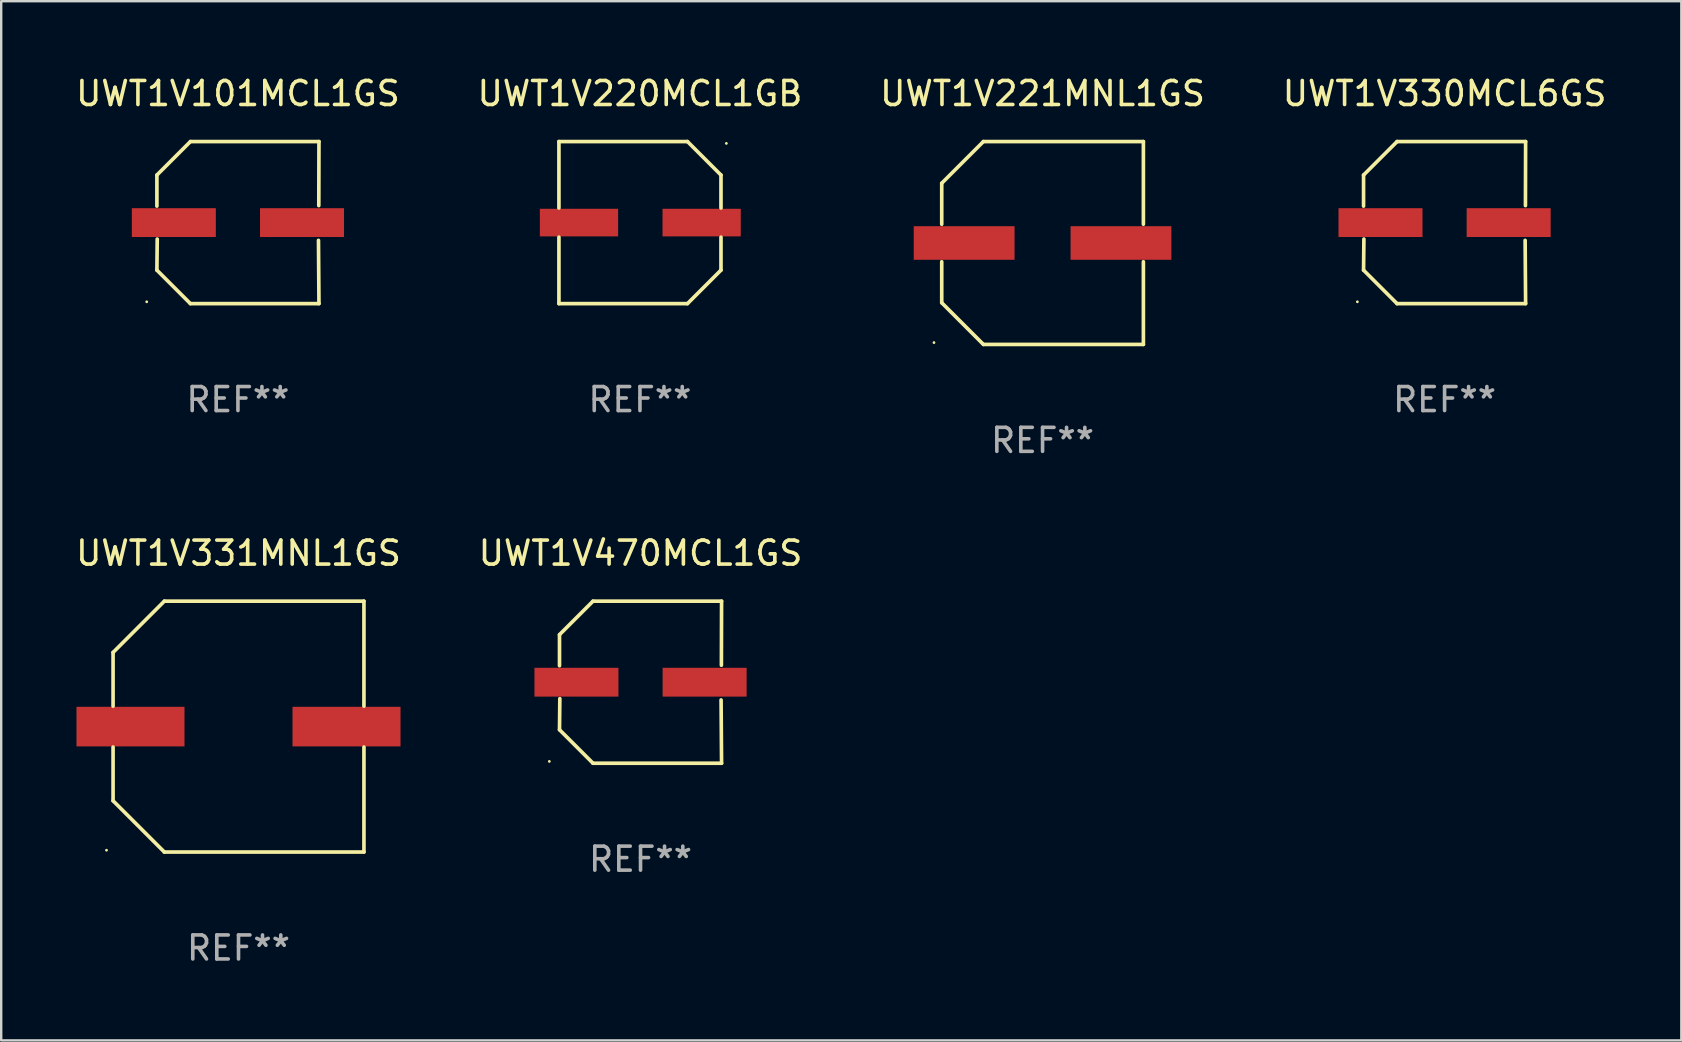
<source format=kicad_pcb>
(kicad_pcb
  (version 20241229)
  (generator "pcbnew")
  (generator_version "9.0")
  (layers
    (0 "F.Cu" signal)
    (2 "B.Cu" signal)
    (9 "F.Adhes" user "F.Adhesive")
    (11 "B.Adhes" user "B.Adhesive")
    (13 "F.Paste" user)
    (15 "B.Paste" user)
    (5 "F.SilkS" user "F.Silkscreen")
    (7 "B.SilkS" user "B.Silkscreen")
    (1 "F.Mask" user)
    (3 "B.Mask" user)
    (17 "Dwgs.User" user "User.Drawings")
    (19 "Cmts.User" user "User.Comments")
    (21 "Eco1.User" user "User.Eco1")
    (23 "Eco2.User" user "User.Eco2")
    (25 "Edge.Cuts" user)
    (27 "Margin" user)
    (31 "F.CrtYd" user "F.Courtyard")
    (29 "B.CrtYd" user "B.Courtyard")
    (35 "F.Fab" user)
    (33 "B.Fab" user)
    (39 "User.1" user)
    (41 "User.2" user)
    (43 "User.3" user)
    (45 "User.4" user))
  (footprint "UWT1V330MCL6GS"
    (layer "F.Cu")
    (at 57.137 6.224)
    (property "Reference" "UWT1V330MCL6GS" (at 0 -5.376 0) (layer "F.SilkS") (effects (font (size 1 1) (thickness 0.15))))
    (attr through_hole)
    (fp_line (start -3.376 -1.98) (end -3.376 -0.686) (stroke (width 0.152) (type solid)) (layer "F.SilkS"))
    (fp_line (start -3.376 1.981) (end -3.362 0.686) (stroke (width 0.152) (type solid)) (layer "F.SilkS"))
    (fp_line (start -1.981 3.376) (end -3.376 1.981) (stroke (width 0.152) (type solid)) (layer "F.SilkS"))
    (fp_line (start -1.98 -3.376) (end -3.376 -1.98) (stroke (width 0.152) (type solid)) (layer "F.SilkS"))
    (fp_line (start 3.356 0.74) (end 3.376 3.376) (stroke (width 0.152) (type solid)) (layer "F.SilkS"))
    (fp_line (start 3.369 -0.707) (end 3.376 -3.376) (stroke (width 0.152) (type solid)) (layer "F.SilkS"))
    (fp_line (start 3.376 3.376) (end -1.981 3.376) (stroke (width 0.152) (type solid)) (layer "F.SilkS"))
    (fp_line (start 3.376 -3.376) (end -1.98 -3.376) (stroke (width 0.152) (type solid)) (layer "F.SilkS"))
    (fp_circle (center -3.634 3.3) (end -3.604 3.3) (stroke (width 0.06) (type solid)) (fill no) (layer "F.SilkS"))
    (fp_text user "REF**" (at 0 7.376 0) (layer "F.Fab") (effects (font (size 1 1) (thickness 0.15))))
    (pad "1" smd rect (at -2.67 0.000254) (size 3.5 1.2) (layers "F.Cu" "F.Mask" "F.Paste"))
    (pad "2" smd rect (at 2.67 0.000254) (size 3.5 1.2) (layers "F.Cu" "F.Mask" "F.Paste")))
  (footprint "UWT1V221MNL1GS"
    (layer "F.Cu")
    (at 40.387 7.074)
    (property "Reference" "UWT1V221MNL1GS" (at 0 -6.226 0) (layer "F.SilkS") (effects (font (size 1 1) (thickness 0.15))))
    (attr through_hole)
    (fp_line (start -4.201 -2.49) (end -4.201 -0.782) (stroke (width 0.152) (type solid)) (layer "F.SilkS"))
    (fp_line (start -4.201 2.49) (end -4.201 0.782) (stroke (width 0.152) (type solid)) (layer "F.SilkS"))
    (fp_line (start -2.465 -4.226) (end -4.201 -2.49) (stroke (width 0.152) (type solid)) (layer "F.SilkS"))
    (fp_line (start -2.465 4.226) (end -4.201 2.49) (stroke (width 0.152) (type solid)) (layer "F.SilkS"))
    (fp_line (start 4.201 -4.226) (end -2.465 -4.226) (stroke (width 0.152) (type solid)) (layer "F.SilkS"))
    (fp_line (start 4.201 -0.782) (end 4.201 -4.226) (stroke (width 0.152) (type solid)) (layer "F.SilkS"))
    (fp_line (start 4.201 0.782) (end 4.201 4.226) (stroke (width 0.152) (type solid)) (layer "F.SilkS"))
    (fp_line (start 4.201 4.226) (end -2.465 4.226) (stroke (width 0.152) (type solid)) (layer "F.SilkS"))
    (fp_circle (center -4.524 4.15) (end -4.494 4.15) (stroke (width 0.06) (type solid)) (fill no) (layer "F.SilkS"))
    (fp_text user "REF**" (at 0 8.226 0) (layer "F.Fab") (effects (font (size 1 1) (thickness 0.15))))
    (pad "1" smd rect (at -3.267 0) (size 4.2 1.4) (layers "F.Cu" "F.Mask" "F.Paste"))
    (pad "2" smd rect (at 3.267 0) (size 4.2 1.4) (layers "F.Cu" "F.Mask" "F.Paste")))
  (footprint "UWT1V331MNL1GS"
    (layer "F.Cu")
    (at 6.887 27.223)
    (property "Reference" "UWT1V331MNL1GS" (at 0 -7.226 0) (layer "F.SilkS") (effects (font (size 1 1) (thickness 0.15))))
    (attr through_hole)
    (fp_line (start -5.226 -3.09) (end -5.226 -0.852) (stroke (width 0.152) (type solid)) (layer "F.SilkS"))
    (fp_line (start -5.226 3.09) (end -5.226 0.852) (stroke (width 0.152) (type solid)) (layer "F.SilkS"))
    (fp_line (start -3.09 -5.226) (end -5.226 -3.09) (stroke (width 0.152) (type solid)) (layer "F.SilkS"))
    (fp_line (start -3.09 5.226) (end -5.226 3.09) (stroke (width 0.152) (type solid)) (layer "F.SilkS"))
    (fp_line (start 5.226 -5.226) (end -3.09 -5.226) (stroke (width 0.152) (type solid)) (layer "F.SilkS"))
    (fp_line (start 5.226 -0.852) (end 5.226 -5.226) (stroke (width 0.152) (type solid)) (layer "F.SilkS"))
    (fp_line (start 5.226 0.852) (end 5.226 5.226) (stroke (width 0.152) (type solid)) (layer "F.SilkS"))
    (fp_line (start 5.226 5.226) (end -3.09 5.226) (stroke (width 0.152) (type solid)) (layer "F.SilkS"))
    (fp_circle (center -5.5 5.15) (end -5.47 5.15) (stroke (width 0.06) (type solid)) (fill no) (layer "F.SilkS"))
    (fp_text user "REF**" (at 0 9.226 0) (layer "F.Fab") (effects (font (size 1 1) (thickness 0.15))))
    (pad "1" smd rect (at -4.5 -0.000025) (size 4.5 1.65) (layers "F.Cu" "F.Mask" "F.Paste"))
    (pad "2" smd rect (at 4.5 -0.000025) (size 4.5 1.65) (layers "F.Cu" "F.Mask" "F.Paste")))
  (footprint "UWT1V101MCL1GS"
    (layer "F.Cu")
    (at 6.863 6.224)
    (property "Reference" "UWT1V101MCL1GS" (at 0 -5.376 0) (layer "F.SilkS") (effects (font (size 1 1) (thickness 0.15))))
    (attr through_hole)
    (fp_line (start -3.376 -1.98) (end -3.376 -0.686) (stroke (width 0.152) (type solid)) (layer "F.SilkS"))
    (fp_line (start -3.376 1.981) (end -3.362 0.686) (stroke (width 0.152) (type solid)) (layer "F.SilkS"))
    (fp_line (start -1.981 3.376) (end -3.376 1.981) (stroke (width 0.152) (type solid)) (layer "F.SilkS"))
    (fp_line (start -1.98 -3.376) (end -3.376 -1.98) (stroke (width 0.152) (type solid)) (layer "F.SilkS"))
    (fp_line (start 3.356 0.74) (end 3.376 3.376) (stroke (width 0.152) (type solid)) (layer "F.SilkS"))
    (fp_line (start 3.369 -0.707) (end 3.376 -3.376) (stroke (width 0.152) (type solid)) (layer "F.SilkS"))
    (fp_line (start 3.376 3.376) (end -1.981 3.376) (stroke (width 0.152) (type solid)) (layer "F.SilkS"))
    (fp_line (start 3.376 -3.376) (end -1.98 -3.376) (stroke (width 0.152) (type solid)) (layer "F.SilkS"))
    (fp_circle (center -3.8 3.3) (end -3.77 3.3) (stroke (width 0.06) (type solid)) (fill no) (layer "F.SilkS"))
    (fp_text user "REF**" (at 0 7.376 0) (layer "F.Fab") (effects (font (size 1 1) (thickness 0.15))))
    (pad "1" smd rect (at -2.67 0.000203) (size 3.5 1.2) (layers "F.Cu" "F.Mask" "F.Paste"))
    (pad "2" smd rect (at 2.67 0.000203) (size 3.5 1.2) (layers "F.Cu" "F.Mask" "F.Paste")))
  (footprint "UWT1V470MCL1GS"
    (layer "F.Cu")
    (at 23.637 25.373)
    (property "Reference" "UWT1V470MCL1GS" (at 0 -5.376 0) (layer "F.SilkS") (effects (font (size 1 1) (thickness 0.15))))
    (attr through_hole)
    (fp_line (start -3.376 -1.98) (end -3.376 -0.686) (stroke (width 0.152) (type solid)) (layer "F.SilkS"))
    (fp_line (start -3.376 1.981) (end -3.362 0.686) (stroke (width 0.152) (type solid)) (layer "F.SilkS"))
    (fp_line (start -1.981 3.376) (end -3.376 1.981) (stroke (width 0.152) (type solid)) (layer "F.SilkS"))
    (fp_line (start -1.98 -3.376) (end -3.376 -1.98) (stroke (width 0.152) (type solid)) (layer "F.SilkS"))
    (fp_line (start 3.356 0.74) (end 3.376 3.376) (stroke (width 0.152) (type solid)) (layer "F.SilkS"))
    (fp_line (start 3.369 -0.707) (end 3.376 -3.376) (stroke (width 0.152) (type solid)) (layer "F.SilkS"))
    (fp_line (start 3.376 3.376) (end -1.981 3.376) (stroke (width 0.152) (type solid)) (layer "F.SilkS"))
    (fp_line (start 3.376 -3.376) (end -1.98 -3.376) (stroke (width 0.152) (type solid)) (layer "F.SilkS"))
    (fp_circle (center -3.8 3.3) (end -3.77 3.3) (stroke (width 0.06) (type solid)) (fill no) (layer "F.SilkS"))
    (fp_text user "REF**" (at 0 7.376 0) (layer "F.Fab") (effects (font (size 1 1) (thickness 0.15))))
    (pad "1" smd rect (at -2.67 0.000203) (size 3.5 1.2) (layers "F.Cu" "F.Mask" "F.Paste"))
    (pad "2" smd rect (at 2.67 0.000203) (size 3.5 1.2) (layers "F.Cu" "F.Mask" "F.Paste")))
  (footprint "UWT1V220MCL1GB"
    (layer "F.Cu")
    (at 23.613 6.224)
    (property "Reference" "UWT1V220MCL1GB" (at 0 -5.376 0) (layer "F.SilkS") (effects (font (size 1 1) (thickness 0.15))))
    (attr through_hole)
    (fp_line (start -3.376 -3.376) (end 1.98 -3.376) (stroke (width 0.152) (type solid)) (layer "F.SilkS"))
    (fp_line (start -3.376 -0.607) (end -3.376 -3.376) (stroke (width 0.152) (type solid)) (layer "F.SilkS"))
    (fp_line (start -3.376 0.607) (end -3.376 3.376) (stroke (width 0.152) (type solid)) (layer "F.SilkS"))
    (fp_line (start -3.376 3.376) (end 1.98 3.376) (stroke (width 0.152) (type solid)) (layer "F.SilkS"))
    (fp_line (start 1.98 -3.376) (end 3.376 -1.98) (stroke (width 0.152) (type solid)) (layer "F.SilkS"))
    (fp_line (start 1.98 3.376) (end 3.376 1.98) (stroke (width 0.152) (type solid)) (layer "F.SilkS"))
    (fp_line (start 3.376 -1.98) (end 3.376 -0.607) (stroke (width 0.152) (type solid)) (layer "F.SilkS"))
    (fp_line (start 3.376 1.98) (end 3.376 0.607) (stroke (width 0.152) (type solid)) (layer "F.SilkS"))
    (fp_circle (center 3.6 -3.3) (end 3.63 -3.3) (stroke (width 0.06) (type solid)) (fill no) (layer "F.SilkS"))
    (fp_text user "REF**" (at 0 7.376 0) (layer "F.Fab") (effects (font (size 1 1) (thickness 0.15))))
    (pad "1" smd rect (at 2.57 0 180) (size 3.26 1.15) (layers "F.Cu" "F.Mask" "F.Paste"))
    (pad "2" smd rect (at -2.54 0 180) (size 3.26 1.15) (layers "F.Cu" "F.Mask" "F.Paste")))
  (gr_rect
    (start -3 -3)
    (end 67 40.298)
    (stroke (width 0.1) (type default))
    (fill no)
    (layer "Edge.Cuts")))
</source>
